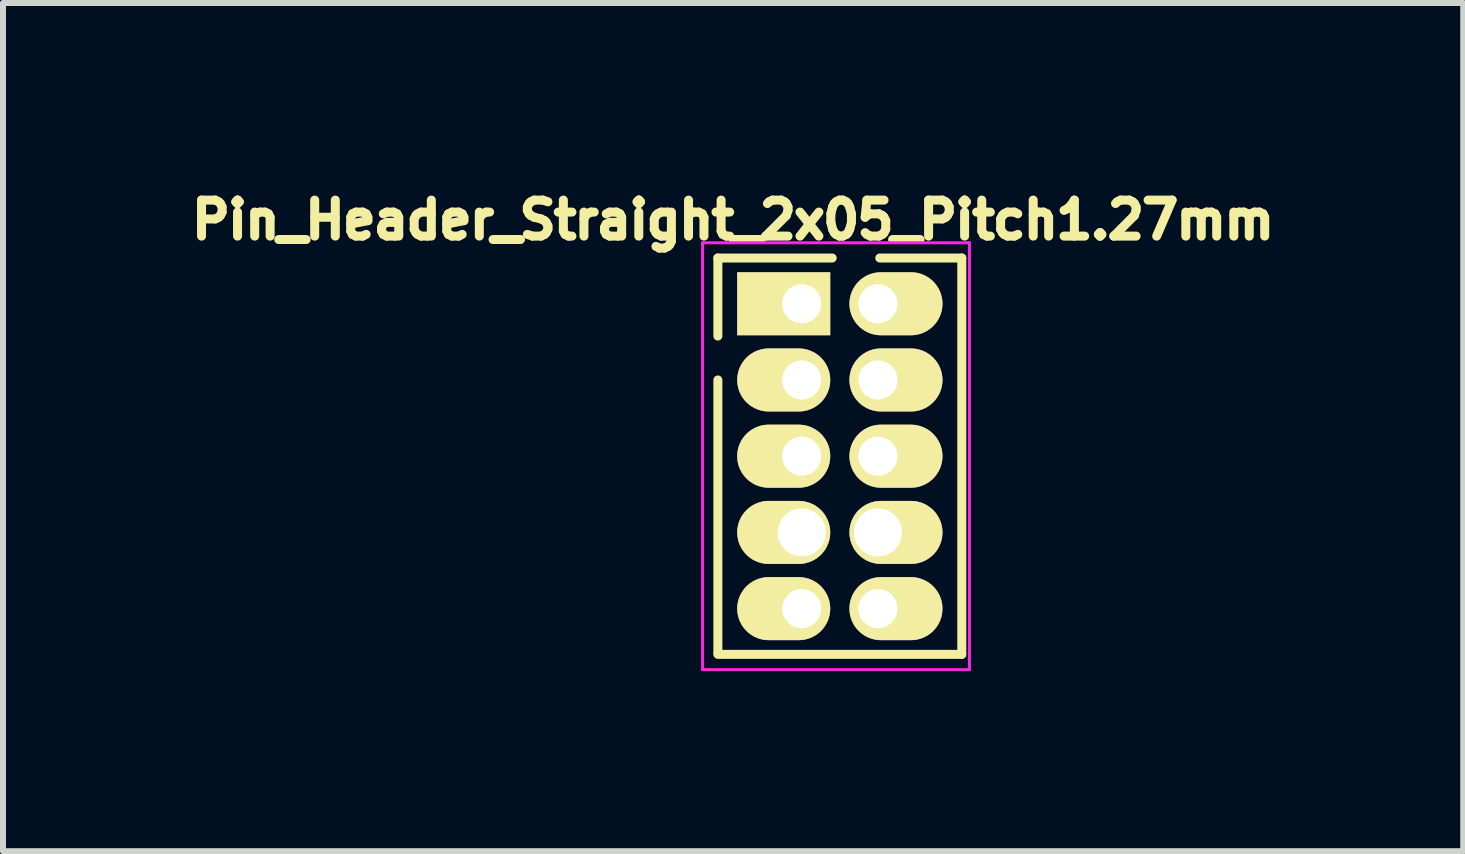
<source format=kicad_pcb>
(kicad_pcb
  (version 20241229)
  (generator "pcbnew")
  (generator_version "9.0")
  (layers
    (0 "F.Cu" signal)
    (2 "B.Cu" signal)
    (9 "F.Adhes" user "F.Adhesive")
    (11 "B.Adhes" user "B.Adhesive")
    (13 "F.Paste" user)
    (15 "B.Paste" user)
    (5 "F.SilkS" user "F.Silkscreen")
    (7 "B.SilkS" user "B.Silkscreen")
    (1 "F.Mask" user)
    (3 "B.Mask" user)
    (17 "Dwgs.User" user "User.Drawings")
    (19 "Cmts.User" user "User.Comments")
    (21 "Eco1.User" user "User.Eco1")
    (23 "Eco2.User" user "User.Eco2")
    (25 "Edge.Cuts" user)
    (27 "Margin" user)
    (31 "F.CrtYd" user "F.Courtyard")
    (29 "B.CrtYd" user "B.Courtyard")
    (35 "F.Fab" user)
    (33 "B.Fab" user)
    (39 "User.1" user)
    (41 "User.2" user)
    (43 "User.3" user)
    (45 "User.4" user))
  (footprint "Pin_Header_Straight_2x05_Pitch1.27mm"
    (layer "F.Cu")
    (at 10.308 2.011)
    (property "Reference" "Pin_Header_Straight_2x05_Pitch1.27mm" (at -1.143 -1.397 0) (layer "F.SilkS") (effects (font (size 0.6 0.6) (thickness 0.15))))
    (attr through_hole)
    (fp_line (start -1.397 -0.762) (end -1.397 0.538) (stroke (width 0.15) (type solid)) (layer "F.SilkS"))
    (fp_line (start -1.397 5.82) (end -1.397 1.27) (stroke (width 0.15) (type solid)) (layer "F.SilkS"))
    (fp_line (start 0.508 -0.762) (end -1.397 -0.762) (stroke (width 0.15) (type solid)) (layer "F.SilkS"))
    (fp_line (start 2.667 -0.762) (end 1.3 -0.762) (stroke (width 0.15) (type solid)) (layer "F.SilkS"))
    (fp_line (start 2.667 5.842) (end -1.397 5.842) (stroke (width 0.15) (type solid)) (layer "F.SilkS"))
    (fp_line (start 2.667 5.842) (end 2.667 -0.762) (stroke (width 0.15) (type solid)) (layer "F.SilkS"))
    (fp_line (start -1.651 -1.016) (end -1.651 6.096) (stroke (width 0.05) (type solid)) (layer "F.CrtYd"))
    (fp_line (start -1.651 -1.016) (end 2.794 -1.016) (stroke (width 0.05) (type solid)) (layer "F.CrtYd"))
    (fp_line (start -1.651 6.096) (end 2.794 6.096) (stroke (width 0.05) (type solid)) (layer "F.CrtYd"))
    (fp_line (start 2.794 -1.016) (end 2.794 6.096) (stroke (width 0.05) (type solid)) (layer "F.CrtYd"))
    (pad "1" thru_hole rect (at 0 0) (size 1.55 1.05) (drill 0.65 (offset -0.3 0)) (layers "*.Cu" "*.Mask" "F.SilkS"))
    (pad "2" thru_hole oval (at 1.27 0) (size 1.55 1.05) (drill 0.65 (offset 0.3 0)) (layers "*.Cu" "*.Mask" "F.SilkS"))
    (pad "3" thru_hole oval (at 0 1.27) (size 1.55 1.05) (drill 0.65 (offset -0.3 0)) (layers "*.Cu" "*.Mask" "F.SilkS"))
    (pad "4" thru_hole oval (at 1.27 1.27) (size 1.55 1.05) (drill 0.65 (offset 0.3 0)) (layers "*.Cu" "*.Mask" "F.SilkS"))
    (pad "5" thru_hole oval (at 0 2.54) (size 1.55 1.05) (drill 0.65 (offset -0.3 0)) (layers "*.Cu" "*.Mask" "F.SilkS"))
    (pad "6" thru_hole oval (at 1.27 2.54) (size 1.55 1.05) (drill 0.65 (offset 0.3 0)) (layers "*.Cu" "*.Mask" "F.SilkS"))
    (pad "7" thru_hole oval (at 0 3.81) (size 1.55 1.05) (drill 0.8 (offset -0.3 0)) (layers "*.Cu" "*.Mask" "F.SilkS"))
    (pad "8" thru_hole oval (at 1.27 3.81) (size 1.55 1.05) (drill 0.8 (offset 0.3 0)) (layers "*.Cu" "*.Mask" "F.SilkS"))
    (pad "9" thru_hole oval (at 0 5.08) (size 1.55 1.05) (drill 0.65 (offset -0.3 0)) (layers "*.Cu" "*.Mask" "F.SilkS"))
    (pad "10" thru_hole oval (at 1.27 5.08) (size 1.55 1.05) (drill 0.65 (offset 0.3 0)) (layers "*.Cu" "*.Mask" "F.SilkS")))
  (gr_rect
    (start -3 -3)
    (end 21.33 11.132)
    (stroke (width 0.1) (type default))
    (fill no)
    (layer "Edge.Cuts")))
</source>
